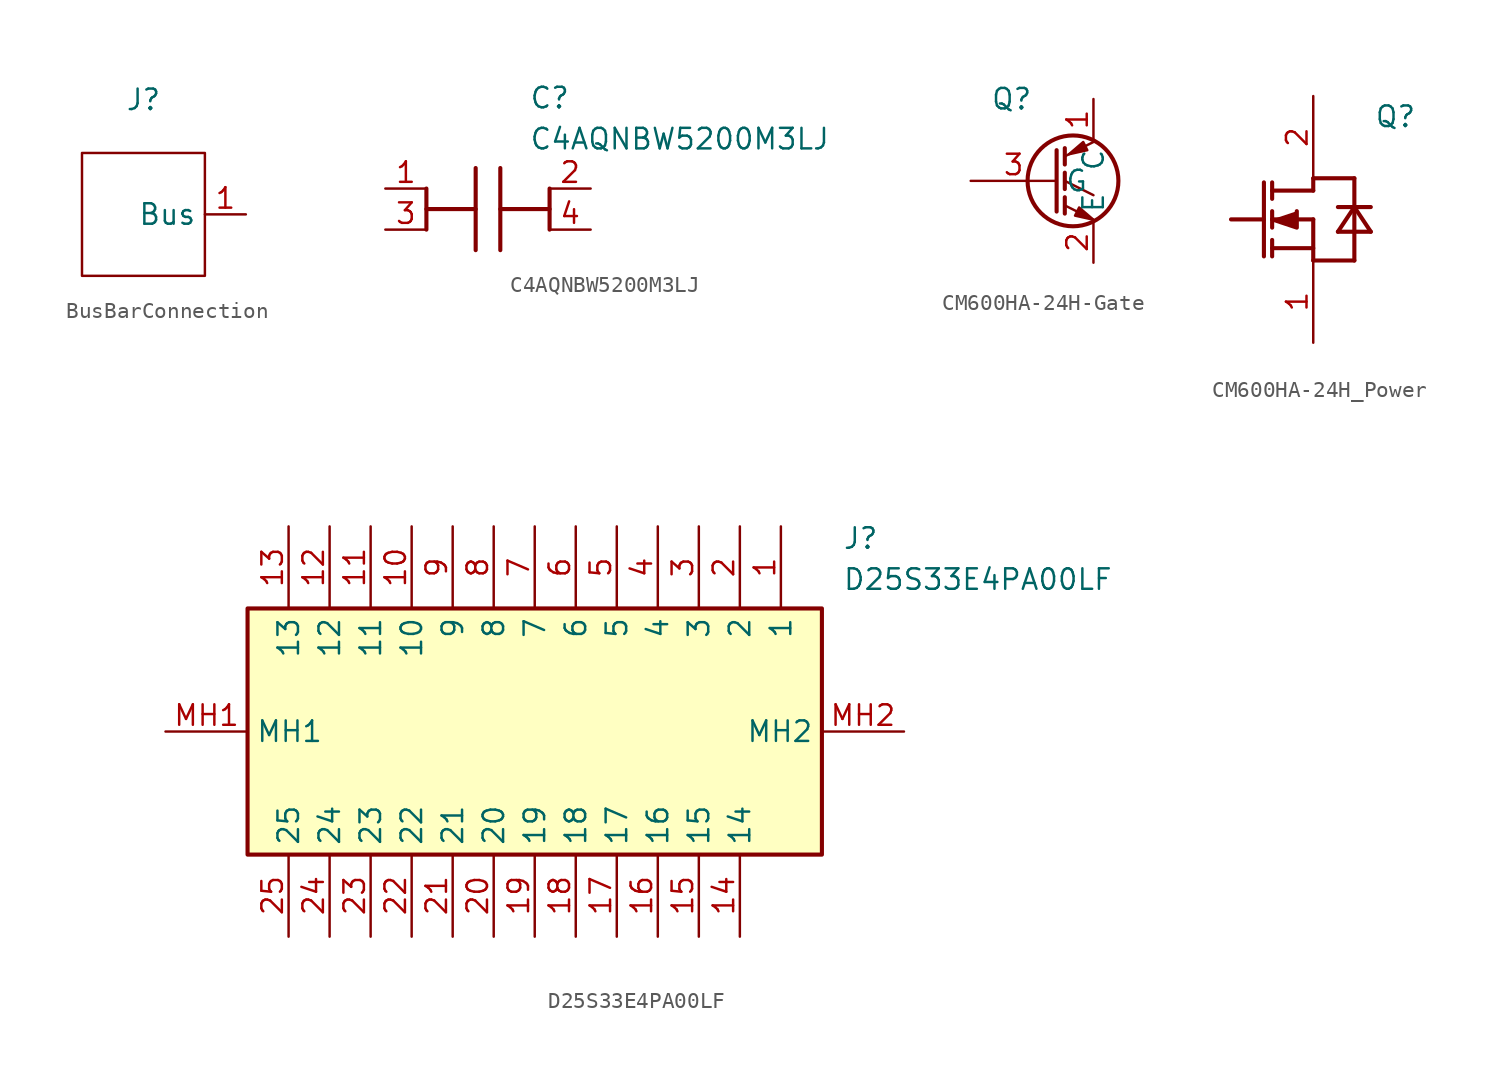
<source format=kicad_sym>
(kicad_symbol_lib
  (version 20241209)
  (generator "kicad_symbol_editor")
  (generator_version "9.0")
  (symbol "BusBarConnection"
    (property "Reference" "J"
      (at 0 7.112 0)
      (effects (font (size 1.27 1.27))))
    (property "Value" ""
      (at -0.762 3.556 0)
      (effects (font (size 1.27 1.27))))
    (symbol "BusBarConnection_0_1"
      (rectangle (start -3.81 3.81) (end 3.81 -3.81) (stroke (width 0) (type default)) (fill (type none))))
    (symbol "BusBarConnection_1_1"
      (pin passive line (at 6.35 0 180) (length 2.54) (name "Bus" (effects (font (size 1.27 1.27)))) (number "1" (effects (font (size 1.27 1.27)))))))
  (symbol "C4AQNBW5200M3LJ"
    (pin_names
      (hide yes))
    (property "Reference" "C"
      (at 8.89 7.62 0)
      (effects (font (size 1.27 1.27)) (justify left top)))
    (property "Value" "C4AQNBW5200M3LJ"
      (at 8.89 5.08 0)
      (effects (font (size 1.27 1.27)) (justify left top)))
    (symbol "C4AQNBW5200M3LJ_1_1"
      (polyline (pts (xy 2.54 1.27) (xy 2.54 -1.27)) (stroke (width 0.254) (type default)) (fill (type none)))
      (polyline (pts (xy 2.54 0) (xy 5.588 0)) (stroke (width 0.254) (type default)) (fill (type none)))
      (polyline (pts (xy 5.588 2.54) (xy 5.588 -2.54)) (stroke (width 0.254) (type default)) (fill (type none)))
      (polyline (pts (xy 7.112 2.54) (xy 7.112 -2.54)) (stroke (width 0.254) (type default)) (fill (type none)))
      (polyline (pts (xy 10.16 1.27) (xy 10.16 -1.27)) (stroke (width 0.254) (type default)) (fill (type none)))
      (polyline (pts (xy 10.16 0) (xy 7.112 0)) (stroke (width 0.254) (type default)) (fill (type none)))
      (pin passive line (at 0 1.27 0) (length 2.54) (name "1" (effects (font (size 1.27 1.27)))) (number "1" (effects (font (size 1.27 1.27)))))
      (pin passive line (at 0 -1.27 0) (length 2.54) (name "3" (effects (font (size 1.27 1.27)))) (number "3" (effects (font (size 1.27 1.27)))))
      (pin passive line (at 12.7 1.27 180) (length 2.54) (name "2" (effects (font (size 1.27 1.27)))) (number "2" (effects (font (size 1.27 1.27)))))
      (pin passive line (at 12.7 -1.27 180) (length 2.54) (name "4" (effects (font (size 1.27 1.27)))) (number "4" (effects (font (size 1.27 1.27)))))))
  (symbol "CM600HA-24H-Gate"
    (property "Reference" "Q"
      (at -2.54 5.08 0)
      (effects (font (size 1.27 1.27))))
    (property "Value" ""
      (at 0 0 0)
      (effects (font (size 1.27 1.27))))
    (symbol "CM600HA-24H-Gate_0_1"
      (polyline (pts (xy 0.254 1.905) (xy 0.254 -1.905) (xy 0.254 -1.905)) (stroke (width 0.254) (type default)) (fill (type none)))
      (polyline (pts (xy 0.762 2.032) (xy 0.762 1.016)) (stroke (width 0.254) (type default)) (fill (type none)))
      (polyline (pts (xy 0.762 0.508) (xy 0.762 -0.508)) (stroke (width 0.254) (type default)) (fill (type none)))
      (polyline (pts (xy 0.762 -1.016) (xy 0.762 -2.032)) (stroke (width 0.254) (type default)) (fill (type none)))
      (circle (center 1.27 0) (radius 2.819) (stroke (width 0.254) (type default)) (fill (type none)))
      (polyline (pts (xy 1.397 -2.159) (xy 1.651 -1.651) (xy 2.54 -2.413) (xy 1.397 -2.159)) (stroke (width 0) (type default)) (fill (type outline)))
      (polyline (pts (xy 2.159 1.905) (xy 1.905 2.413) (xy 1.016 1.651) (xy 2.159 1.905)) (stroke (width 0) (type default)) (fill (type outline)))
      (polyline (pts (xy 2.54 2.413) (xy 0.762 1.524)) (stroke (width 0) (type default)) (fill (type none)))
      (polyline (pts (xy 2.54 -0.889) (xy 0.762 0)) (stroke (width 0) (type default)) (fill (type none)))
      (polyline (pts (xy 2.54 -2.413) (xy 0.762 -1.524)) (stroke (width 0) (type default)) (fill (type none))))
    (symbol "CM600HA-24H-Gate_1_1"
      (pin input line (at -5.08 0 0) (length 5.334) (name "G" (effects (font (size 1.27 1.27)))) (number "3" (effects (font (size 1.27 1.27)))))
      (pin passive line (at 2.54 5.08 270) (length 2.54) (name "C" (effects (font (size 1.27 1.27)))) (number "1" (effects (font (size 1.27 1.27)))))
      (pin passive line (at 2.54 -5.08 90) (length 2.54) (name "E" (effects (font (size 1.27 1.27)))) (number "2" (effects (font (size 1.27 1.27)))))))
  (symbol "CM600HA-24H_Power"
    (property "Reference" "Q"
      (at 5.08 6.35 0)
      (effects (font (size 1.27 1.27))))
    (property "Value" ""
      (at 0 0 0)
      (effects (font (size 1.27 1.27))))
    (symbol "CM600HA-24H_Power_1_0"
      (polyline (pts (xy -5.08 0) (xy -3.048 0)) (stroke (width 0.254) (type solid)) (fill (type none)))
      (polyline (pts (xy -3.048 2.286) (xy -3.048 -2.286)) (stroke (width 0.254) (type solid)) (fill (type none)))
      (polyline (pts (xy -2.54 2.286) (xy -2.54 1.27)) (stroke (width 0.254) (type solid)) (fill (type none)))
      (polyline (pts (xy -2.54 0) (xy -1.016 -0.508) (xy -1.016 0.508)) (stroke (width 0.254) (type solid)) (fill (type outline)))
      (polyline (pts (xy -2.54 -0.508) (xy -2.54 0.508)) (stroke (width 0.254) (type solid)) (fill (type none)))
      (polyline (pts (xy -2.54 -2.286) (xy -2.54 -1.27)) (stroke (width 0.254) (type solid)) (fill (type none)))
      (polyline (pts (xy 0 2.54) (xy 2.54 2.54)) (stroke (width 0.254) (type solid)) (fill (type none)))
      (polyline (pts (xy 0 1.778) (xy -2.54 1.778)) (stroke (width 0.254) (type solid)) (fill (type none)))
      (polyline (pts (xy 0 1.778) (xy 0 2.54)) (stroke (width 0.254) (type solid)) (fill (type none)))
      (polyline (pts (xy 0 0) (xy -2.54 0)) (stroke (width 0.254) (type solid)) (fill (type none)))
      (polyline (pts (xy 0 0) (xy 0 -2.54)) (stroke (width 0.254) (type solid)) (fill (type none)))
      (polyline (pts (xy 0 -1.778) (xy -2.54 -1.778)) (stroke (width 0.254) (type solid)) (fill (type none)))
      (polyline (pts (xy 0 -2.54) (xy 2.54 -2.54)) (stroke (width 0.254) (type solid)) (fill (type none)))
      (polyline (pts (xy 1.524 0.762) (xy 3.556 0.762)) (stroke (width 0.254) (type solid)) (fill (type none)))
      (polyline (pts (xy 1.524 -0.762) (xy 3.556 -0.762)) (stroke (width 0.254) (type solid)) (fill (type none)))
      (polyline (pts (xy 2.54 2.54) (xy 2.54 -2.54)) (stroke (width 0.254) (type solid)) (fill (type none)))
      (polyline (pts (xy 2.54 0.762) (xy 1.524 -0.762)) (stroke (width 0.254) (type solid)) (fill (type none)))
      (polyline (pts (xy 3.556 -0.762) (xy 2.54 0.762)) (stroke (width 0.254) (type solid)) (fill (type none)))
      (pin power_in line (at 0 7.62 270) (length 5.08) (name "DRAIN" (effects (font (size 0 0)))) (number "2" (effects (font (size 1.27 1.27)))))
      (pin power_out line (at 0 -7.62 90) (length 5.08) (name "POWER_SOURCE_5" (effects (font (size 0 0)))) (number "1" (effects (font (size 1.27 1.27)))))))
  (symbol "D25S33E4PA00LF"
    (property "Reference" "J"
      (at 41.91 12.7 0)
      (effects (font (size 1.27 1.27)) (justify left top)))
    (property "Value" "D25S33E4PA00LF"
      (at 41.91 10.16 0)
      (effects (font (size 1.27 1.27)) (justify left top)))
    (symbol "D25S33E4PA00LF_1_1"
      (rectangle (start 5.08 7.62) (end 40.64 -7.62) (stroke (width 0.254) (type default)) (fill (type background)))
      (pin passive line (at 0 0 0) (length 5.08) (name "MH1" (effects (font (size 1.27 1.27)))) (number "MH1" (effects (font (size 1.27 1.27)))))
      (pin passive line (at 7.62 12.7 270) (length 5.08) (name "13" (effects (font (size 1.27 1.27)))) (number "13" (effects (font (size 1.27 1.27)))))
      (pin passive line (at 7.62 -12.7 90) (length 5.08) (name "25" (effects (font (size 1.27 1.27)))) (number "25" (effects (font (size 1.27 1.27)))))
      (pin passive line (at 10.16 12.7 270) (length 5.08) (name "12" (effects (font (size 1.27 1.27)))) (number "12" (effects (font (size 1.27 1.27)))))
      (pin passive line (at 10.16 -12.7 90) (length 5.08) (name "24" (effects (font (size 1.27 1.27)))) (number "24" (effects (font (size 1.27 1.27)))))
      (pin passive line (at 12.7 12.7 270) (length 5.08) (name "11" (effects (font (size 1.27 1.27)))) (number "11" (effects (font (size 1.27 1.27)))))
      (pin passive line (at 12.7 -12.7 90) (length 5.08) (name "23" (effects (font (size 1.27 1.27)))) (number "23" (effects (font (size 1.27 1.27)))))
      (pin passive line (at 15.24 12.7 270) (length 5.08) (name "10" (effects (font (size 1.27 1.27)))) (number "10" (effects (font (size 1.27 1.27)))))
      (pin passive line (at 15.24 -12.7 90) (length 5.08) (name "22" (effects (font (size 1.27 1.27)))) (number "22" (effects (font (size 1.27 1.27)))))
      (pin passive line (at 17.78 12.7 270) (length 5.08) (name "9" (effects (font (size 1.27 1.27)))) (number "9" (effects (font (size 1.27 1.27)))))
      (pin passive line (at 17.78 -12.7 90) (length 5.08) (name "21" (effects (font (size 1.27 1.27)))) (number "21" (effects (font (size 1.27 1.27)))))
      (pin passive line (at 20.32 12.7 270) (length 5.08) (name "8" (effects (font (size 1.27 1.27)))) (number "8" (effects (font (size 1.27 1.27)))))
      (pin passive line (at 20.32 -12.7 90) (length 5.08) (name "20" (effects (font (size 1.27 1.27)))) (number "20" (effects (font (size 1.27 1.27)))))
      (pin passive line (at 22.86 12.7 270) (length 5.08) (name "7" (effects (font (size 1.27 1.27)))) (number "7" (effects (font (size 1.27 1.27)))))
      (pin passive line (at 22.86 -12.7 90) (length 5.08) (name "19" (effects (font (size 1.27 1.27)))) (number "19" (effects (font (size 1.27 1.27)))))
      (pin passive line (at 25.4 12.7 270) (length 5.08) (name "6" (effects (font (size 1.27 1.27)))) (number "6" (effects (font (size 1.27 1.27)))))
      (pin passive line (at 25.4 -12.7 90) (length 5.08) (name "18" (effects (font (size 1.27 1.27)))) (number "18" (effects (font (size 1.27 1.27)))))
      (pin passive line (at 27.94 12.7 270) (length 5.08) (name "5" (effects (font (size 1.27 1.27)))) (number "5" (effects (font (size 1.27 1.27)))))
      (pin passive line (at 27.94 -12.7 90) (length 5.08) (name "17" (effects (font (size 1.27 1.27)))) (number "17" (effects (font (size 1.27 1.27)))))
      (pin passive line (at 30.48 12.7 270) (length 5.08) (name "4" (effects (font (size 1.27 1.27)))) (number "4" (effects (font (size 1.27 1.27)))))
      (pin passive line (at 30.48 -12.7 90) (length 5.08) (name "16" (effects (font (size 1.27 1.27)))) (number "16" (effects (font (size 1.27 1.27)))))
      (pin passive line (at 33.02 12.7 270) (length 5.08) (name "3" (effects (font (size 1.27 1.27)))) (number "3" (effects (font (size 1.27 1.27)))))
      (pin passive line (at 33.02 -12.7 90) (length 5.08) (name "15" (effects (font (size 1.27 1.27)))) (number "15" (effects (font (size 1.27 1.27)))))
      (pin passive line (at 35.56 12.7 270) (length 5.08) (name "2" (effects (font (size 1.27 1.27)))) (number "2" (effects (font (size 1.27 1.27)))))
      (pin passive line (at 35.56 -12.7 90) (length 5.08) (name "14" (effects (font (size 1.27 1.27)))) (number "14" (effects (font (size 1.27 1.27)))))
      (pin passive line (at 38.1 12.7 270) (length 5.08) (name "1" (effects (font (size 1.27 1.27)))) (number "1" (effects (font (size 1.27 1.27)))))
      (pin passive line (at 45.72 0 180) (length 5.08) (name "MH2" (effects (font (size 1.27 1.27)))) (number "MH2" (effects (font (size 1.27 1.27))))))))
</source>
